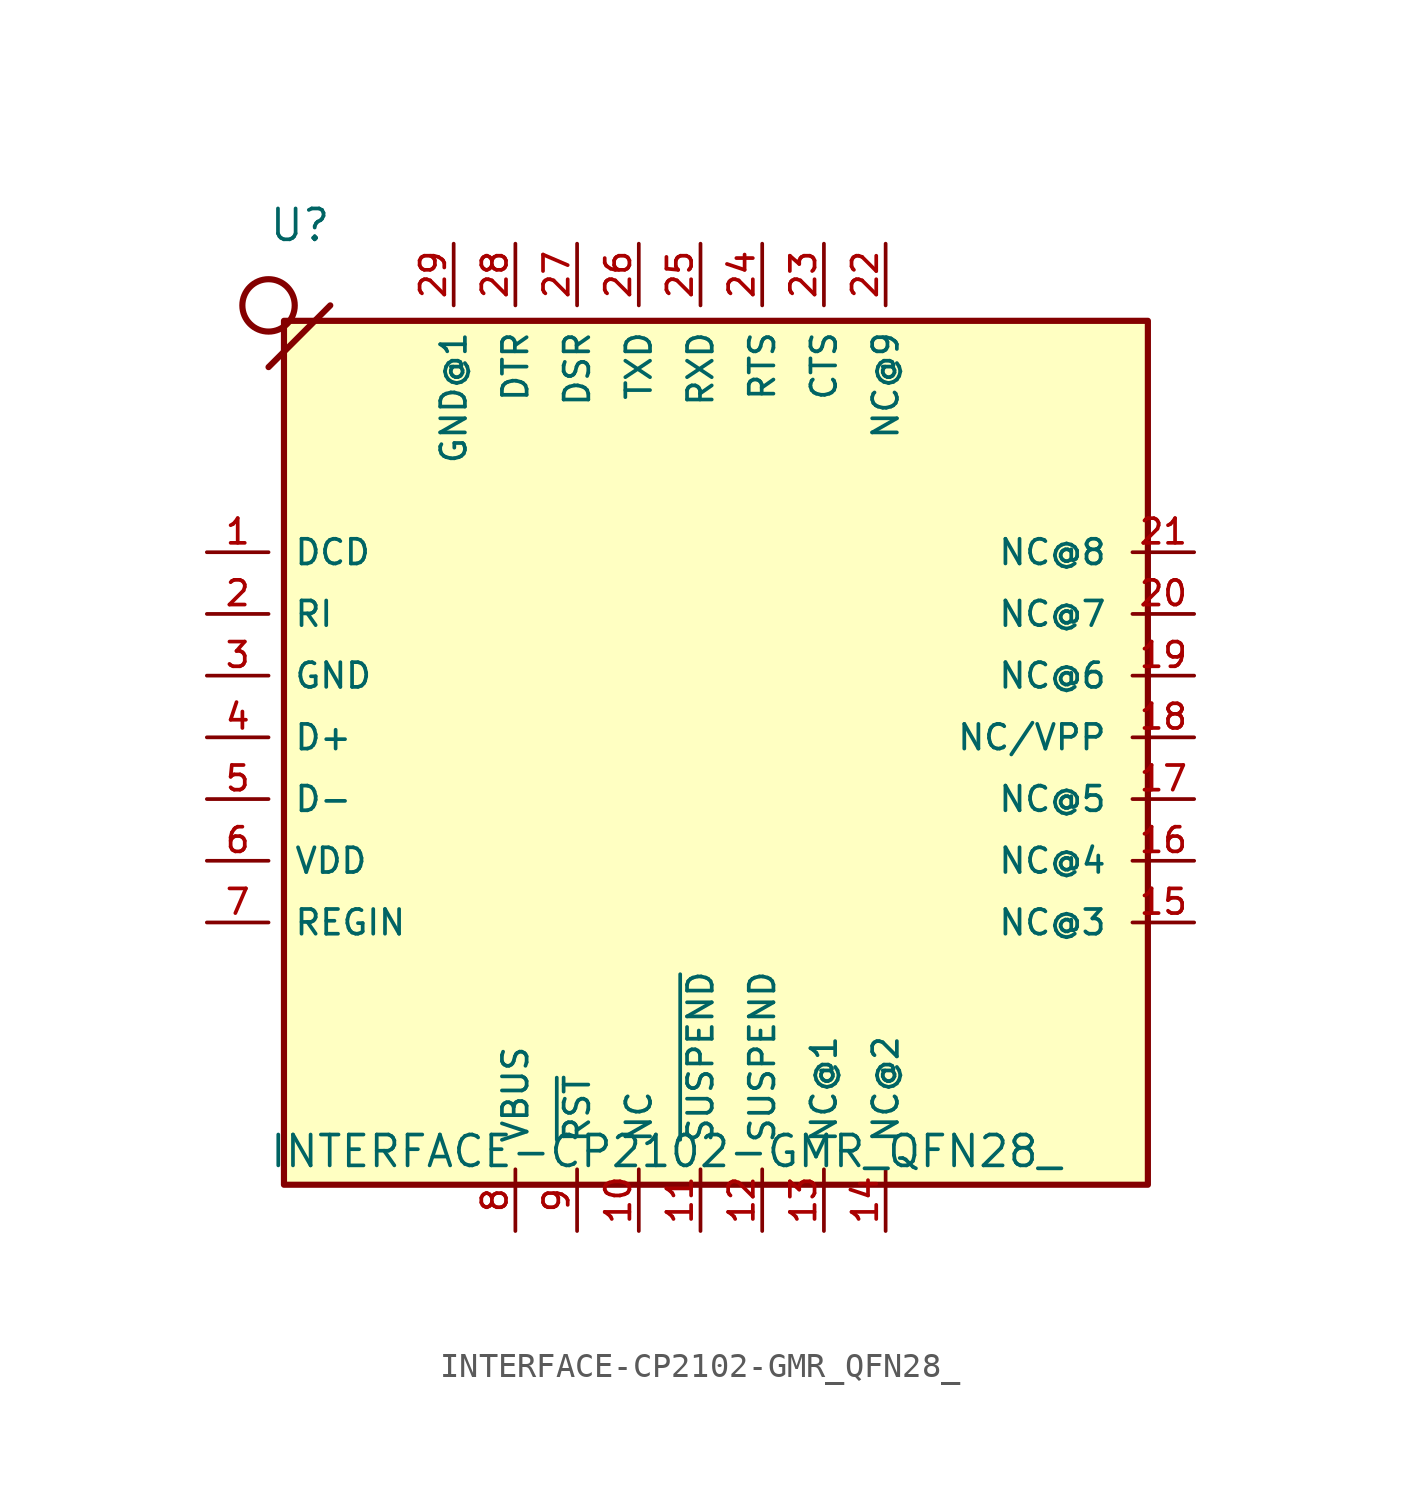
<source format=kicad_sym>
(kicad_symbol_lib
  (version 20211014)
  (generator kicad_symbol_editor)
  (symbol "INTERFACE-CP2102-GMR_QFN28_"
    (pin_names
      (offset 1.016))
    (property "Reference" "U"
      (at -17.795 20.337 0)
      (effects (font (size 1.27 1.27)) (justify bottom left)))
    (property "Value" "INTERFACE-CP2102-GMR_QFN28_"
      (at -17.782 -17.782 0)
      (effects (font (size 1.27 1.27)) (justify bottom left)))
    (symbol "INTERFACE-CP2102-GMR_QFN28__0_0"
      (polyline (pts (xy -17.78 15.24) (xy -15.24 17.78)) (stroke (width 0.254)))
      (circle (center -17.78 17.78) (radius 1.078) (stroke (width 0.254)) (fill (type none)))
      (rectangle (start -17.145 -18.415) (end 18.415 17.145) (stroke (width 0.254)) (fill (type background)))
      (pin bidirectional line (at -20.32 7.62 0) (length 2.54) (name "DCD" (effects (font (size 1.016 1.016)))) (number "1" (effects (font (size 1.016 1.016)))))
      (pin bidirectional line (at -20.32 5.08 0) (length 2.54) (name "RI" (effects (font (size 1.016 1.016)))) (number "2" (effects (font (size 1.016 1.016)))))
      (pin bidirectional line (at -20.32 2.54 0) (length 2.54) (name "GND" (effects (font (size 1.016 1.016)))) (number "3" (effects (font (size 1.016 1.016)))))
      (pin bidirectional line (at -20.32 0.0 0) (length 2.54) (name "D+" (effects (font (size 1.016 1.016)))) (number "4" (effects (font (size 1.016 1.016)))))
      (pin bidirectional line (at -20.32 -2.54 0) (length 2.54) (name "D-" (effects (font (size 1.016 1.016)))) (number "5" (effects (font (size 1.016 1.016)))))
      (pin bidirectional line (at -20.32 -5.08 0) (length 2.54) (name "VDD" (effects (font (size 1.016 1.016)))) (number "6" (effects (font (size 1.016 1.016)))))
      (pin bidirectional line (at -20.32 -7.62 0) (length 2.54) (name "REGIN" (effects (font (size 1.016 1.016)))) (number "7" (effects (font (size 1.016 1.016)))))
      (pin bidirectional line (at -7.62 -20.32 90.0) (length 2.54) (name "VBUS" (effects (font (size 1.016 1.016)))) (number "8" (effects (font (size 1.016 1.016)))))
      (pin bidirectional line (at -5.08 -20.32 90.0) (length 2.54) (name "~{RST}" (effects (font (size 1.016 1.016)))) (number "9" (effects (font (size 1.016 1.016)))))
      (pin bidirectional line (at -2.54 -20.32 90.0) (length 2.54) (name "NC" (effects (font (size 1.016 1.016)))) (number "10" (effects (font (size 1.016 1.016)))))
      (pin bidirectional line (at 0.0 -20.32 90.0) (length 2.54) (name "~{SUSPEND}" (effects (font (size 1.016 1.016)))) (number "11" (effects (font (size 1.016 1.016)))))
      (pin bidirectional line (at 2.54 -20.32 90.0) (length 2.54) (name "SUSPEND" (effects (font (size 1.016 1.016)))) (number "12" (effects (font (size 1.016 1.016)))))
      (pin bidirectional line (at 5.08 -20.32 90.0) (length 2.54) (name "NC@1" (effects (font (size 1.016 1.016)))) (number "13" (effects (font (size 1.016 1.016)))))
      (pin bidirectional line (at 7.62 -20.32 90.0) (length 2.54) (name "NC@2" (effects (font (size 1.016 1.016)))) (number "14" (effects (font (size 1.016 1.016)))))
      (pin bidirectional line (at 20.32 -7.62 180.0) (length 2.54) (name "NC@3" (effects (font (size 1.016 1.016)))) (number "15" (effects (font (size 1.016 1.016)))))
      (pin bidirectional line (at 20.32 -5.08 180.0) (length 2.54) (name "NC@4" (effects (font (size 1.016 1.016)))) (number "16" (effects (font (size 1.016 1.016)))))
      (pin bidirectional line (at 20.32 -2.54 180.0) (length 2.54) (name "NC@5" (effects (font (size 1.016 1.016)))) (number "17" (effects (font (size 1.016 1.016)))))
      (pin bidirectional line (at 20.32 0.0 180.0) (length 2.54) (name "NC/VPP" (effects (font (size 1.016 1.016)))) (number "18" (effects (font (size 1.016 1.016)))))
      (pin bidirectional line (at 20.32 2.54 180.0) (length 2.54) (name "NC@6" (effects (font (size 1.016 1.016)))) (number "19" (effects (font (size 1.016 1.016)))))
      (pin bidirectional line (at 20.32 5.08 180.0) (length 2.54) (name "NC@7" (effects (font (size 1.016 1.016)))) (number "20" (effects (font (size 1.016 1.016)))))
      (pin bidirectional line (at 20.32 7.62 180.0) (length 2.54) (name "NC@8" (effects (font (size 1.016 1.016)))) (number "21" (effects (font (size 1.016 1.016)))))
      (pin bidirectional line (at 7.62 20.32 270.0) (length 2.54) (name "NC@9" (effects (font (size 1.016 1.016)))) (number "22" (effects (font (size 1.016 1.016)))))
      (pin bidirectional line (at 5.08 20.32 270.0) (length 2.54) (name "CTS" (effects (font (size 1.016 1.016)))) (number "23" (effects (font (size 1.016 1.016)))))
      (pin bidirectional line (at 2.54 20.32 270.0) (length 2.54) (name "RTS" (effects (font (size 1.016 1.016)))) (number "24" (effects (font (size 1.016 1.016)))))
      (pin bidirectional line (at 0.0 20.32 270.0) (length 2.54) (name "RXD" (effects (font (size 1.016 1.016)))) (number "25" (effects (font (size 1.016 1.016)))))
      (pin bidirectional line (at -2.54 20.32 270.0) (length 2.54) (name "TXD" (effects (font (size 1.016 1.016)))) (number "26" (effects (font (size 1.016 1.016)))))
      (pin bidirectional line (at -5.08 20.32 270.0) (length 2.54) (name "DSR" (effects (font (size 1.016 1.016)))) (number "27" (effects (font (size 1.016 1.016)))))
      (pin bidirectional line (at -7.62 20.32 270.0) (length 2.54) (name "DTR" (effects (font (size 1.016 1.016)))) (number "28" (effects (font (size 1.016 1.016)))))
      (pin bidirectional line (at -10.16 20.32 270.0) (length 2.54) (name "GND@1" (effects (font (size 1.016 1.016)))) (number "29" (effects (font (size 1.016 1.016))))))))
</source>
